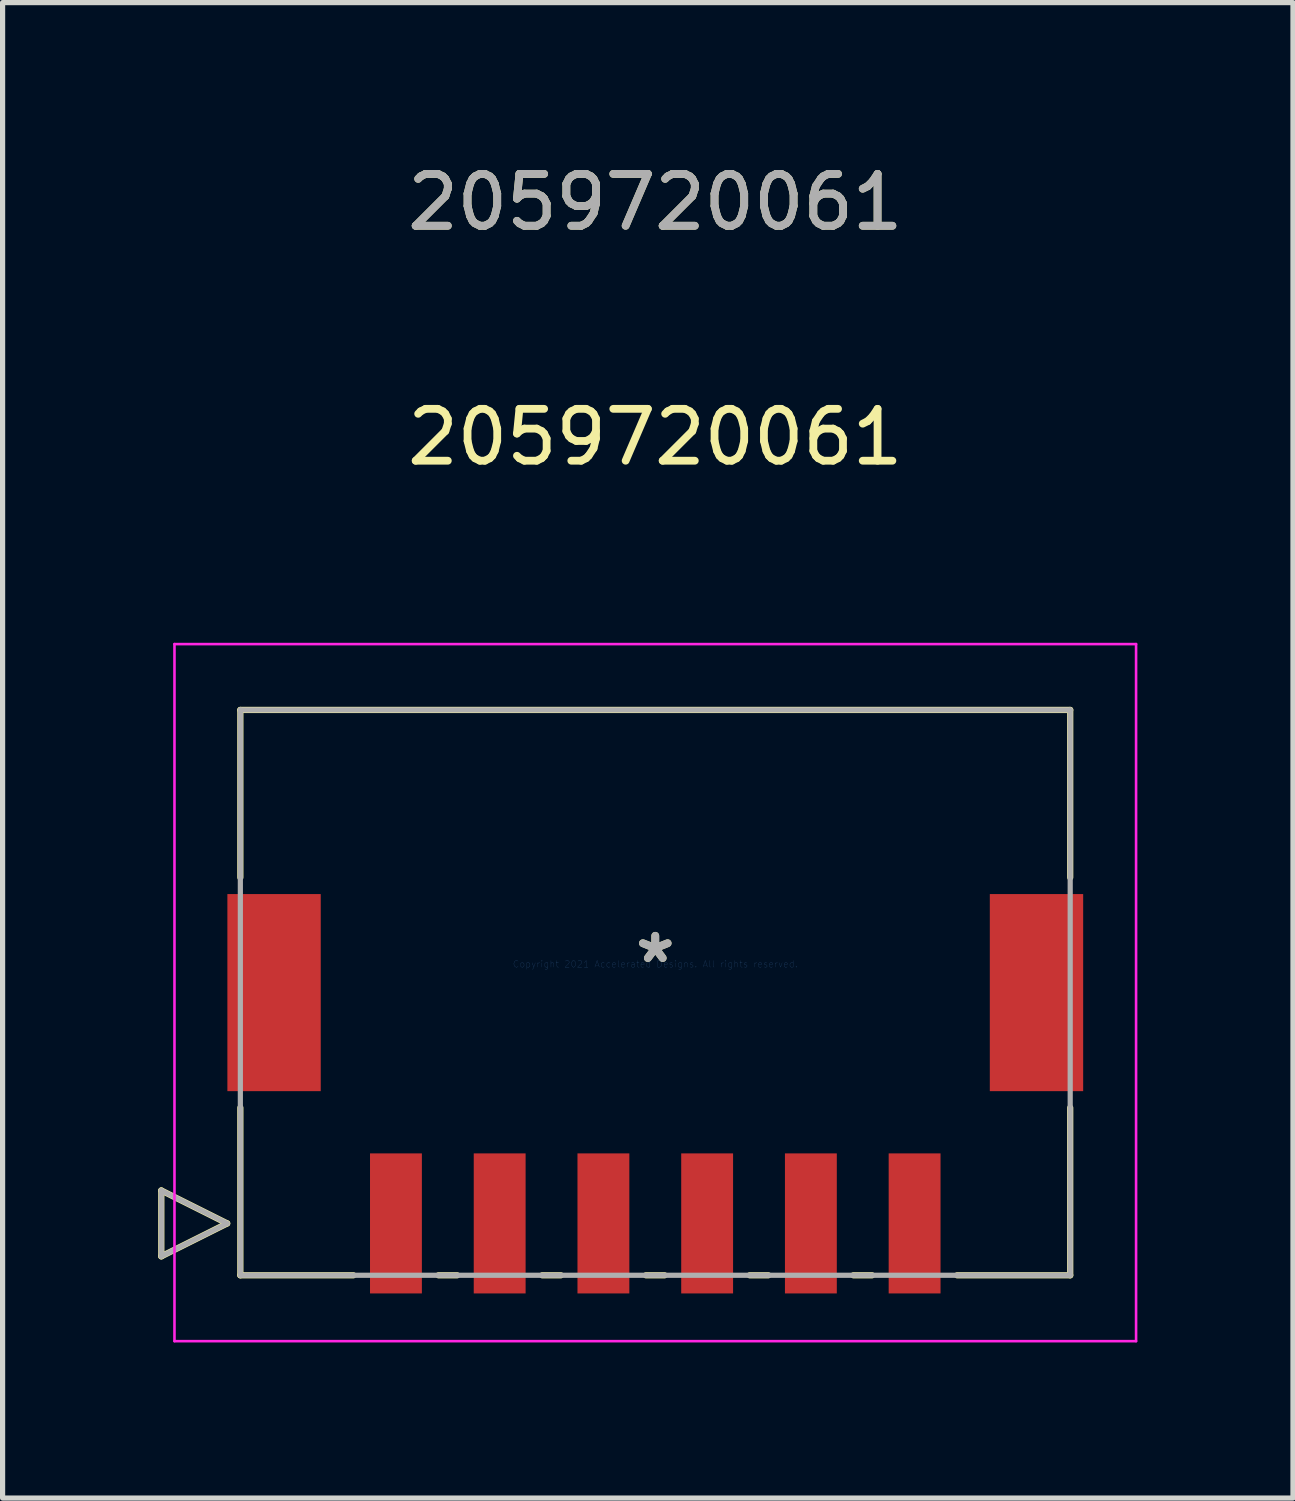
<source format=kicad_pcb>
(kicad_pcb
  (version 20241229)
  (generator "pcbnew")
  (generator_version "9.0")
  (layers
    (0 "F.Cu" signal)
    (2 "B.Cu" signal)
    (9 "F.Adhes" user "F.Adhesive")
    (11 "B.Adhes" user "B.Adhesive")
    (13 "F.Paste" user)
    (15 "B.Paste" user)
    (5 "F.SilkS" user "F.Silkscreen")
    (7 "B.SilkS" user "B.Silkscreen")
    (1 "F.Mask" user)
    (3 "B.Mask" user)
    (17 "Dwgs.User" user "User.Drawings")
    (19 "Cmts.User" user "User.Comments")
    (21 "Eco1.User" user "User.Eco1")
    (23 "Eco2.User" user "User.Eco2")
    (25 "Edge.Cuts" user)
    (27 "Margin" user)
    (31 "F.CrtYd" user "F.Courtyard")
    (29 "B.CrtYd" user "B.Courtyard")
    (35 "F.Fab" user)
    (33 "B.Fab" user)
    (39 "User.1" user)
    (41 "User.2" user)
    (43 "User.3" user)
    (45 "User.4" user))
  (footprint "2059720061"
    (layer "F.Cu")
    (at 9.584 15.538)
    (property "Reference" "2059720061" (at 0 -10.16 0) (layer "F.SilkS") (effects (font (size 1 1) (thickness 0.15))))
    (attr through_hole)
    (fp_line (start -9.524 4.365) (end -9.524 5.635) (stroke (width 0.12) (type solid)) (layer "F.SilkS"))
    (fp_line (start -9.524 5.635) (end -8.254 5) (stroke (width 0.12) (type solid)) (layer "F.SilkS"))
    (fp_line (start -8.254 5) (end -9.524 4.365) (stroke (width 0.12) (type solid)) (layer "F.SilkS"))
    (fp_line (start -8 -4.9) (end -8 -1.67) (stroke (width 0.12) (type solid)) (layer "F.SilkS"))
    (fp_line (start -8 2.77) (end -8 6) (stroke (width 0.12) (type solid)) (layer "F.SilkS"))
    (fp_line (start -8 6) (end -5.82 6) (stroke (width 0.12) (type solid)) (layer "F.SilkS"))
    (fp_line (start -4.18 6) (end -3.82 6) (stroke (width 0.12) (type solid)) (layer "F.SilkS"))
    (fp_line (start -2.18 6) (end -1.82 6) (stroke (width 0.12) (type solid)) (layer "F.SilkS"))
    (fp_line (start -0.18 6) (end 0.18 6) (stroke (width 0.12) (type solid)) (layer "F.SilkS"))
    (fp_line (start 1.82 6) (end 2.18 6) (stroke (width 0.12) (type solid)) (layer "F.SilkS"))
    (fp_line (start 3.82 6) (end 4.18 6) (stroke (width 0.12) (type solid)) (layer "F.SilkS"))
    (fp_line (start 5.82 6) (end 8 6) (stroke (width 0.12) (type solid)) (layer "F.SilkS"))
    (fp_line (start 8 -4.9) (end -8 -4.9) (stroke (width 0.12) (type solid)) (layer "F.SilkS"))
    (fp_line (start 8 -1.67) (end 8 -4.9) (stroke (width 0.12) (type solid)) (layer "F.SilkS"))
    (fp_line (start 8 6) (end 8 2.77) (stroke (width 0.12) (type solid)) (layer "F.SilkS"))
    (fp_line (start -9.27 -6.17) (end -9.27 7.27) (stroke (width 0.05) (type solid)) (layer "F.CrtYd"))
    (fp_line (start -9.27 7.27) (end 9.27 7.27) (stroke (width 0.05) (type solid)) (layer "F.CrtYd"))
    (fp_line (start 9.27 -6.17) (end -9.27 -6.17) (stroke (width 0.05) (type solid)) (layer "F.CrtYd"))
    (fp_line (start 9.27 7.27) (end 9.27 -6.17) (stroke (width 0.05) (type solid)) (layer "F.CrtYd"))
    (fp_line (start -9.524 4.365) (end -9.524 5.635) (stroke (width 0.1) (type solid)) (layer "F.Fab"))
    (fp_line (start -9.524 5.635) (end -8.254 5) (stroke (width 0.1) (type solid)) (layer "F.Fab"))
    (fp_line (start -8.254 5) (end -9.524 4.365) (stroke (width 0.1) (type solid)) (layer "F.Fab"))
    (fp_line (start -8 -4.9) (end -8 6) (stroke (width 0.1) (type solid)) (layer "F.Fab"))
    (fp_line (start -8 6) (end 8 6) (stroke (width 0.1) (type solid)) (layer "F.Fab"))
    (fp_line (start 8 -4.9) (end -8 -4.9) (stroke (width 0.1) (type solid)) (layer "F.Fab"))
    (fp_line (start 8 6) (end 8 -4.9) (stroke (width 0.1) (type solid)) (layer "F.Fab"))
    (fp_text user "2059720061" (at 0 -14.69 0) (layer "F.SilkS") (effects (font (size 1 1) (thickness 0.15))))
    (fp_text user "*" (at 0 0 0) (layer "F.SilkS") (effects (font (size 1 1) (thickness 0.15))))
    (fp_text user "Copyright 2021 Accelerated Designs. All rights reserved." (at 0 0 0) (layer "Cmts.User") (effects (font (size 0.127 0.127) (thickness 0.002))))
    (fp_text user "2059720061" (at 0 -14.69 0) (layer "F.Fab") (effects (font (size 1 1) (thickness 0.15))))
    (fp_text user "*" (at 0 0 0) (layer "F.Fab") (effects (font (size 1 1) (thickness 0.15))))
    (pad "1" smd rect (at -5 5) (size 1 2.7) (layers "F.Cu" "F.Mask" "F.Paste"))
    (pad "2" smd rect (at -3 5) (size 1 2.7) (layers "F.Cu" "F.Mask" "F.Paste"))
    (pad "3" smd rect (at -1 5) (size 1 2.7) (layers "F.Cu" "F.Mask" "F.Paste"))
    (pad "4" smd rect (at 1 5) (size 1 2.7) (layers "F.Cu" "F.Mask" "F.Paste"))
    (pad "5" smd rect (at 3 5) (size 1 2.7) (layers "F.Cu" "F.Mask" "F.Paste"))
    (pad "6" smd rect (at 5 5) (size 1 2.7) (layers "F.Cu" "F.Mask" "F.Paste"))
    (pad "S1" smd rect (at 7.35 0.55) (size 1.8 3.8) (layers "F.Cu" "F.Mask" "F.Paste"))
    (pad "S2" smd rect (at -7.35 0.55) (size 1.8 3.8) (layers "F.Cu" "F.Mask" "F.Paste")))
  (gr_rect
    (start -3 -3)
    (end 21.879 25.833)
    (stroke (width 0.1) (type default))
    (fill no)
    (layer "Edge.Cuts")))
</source>
